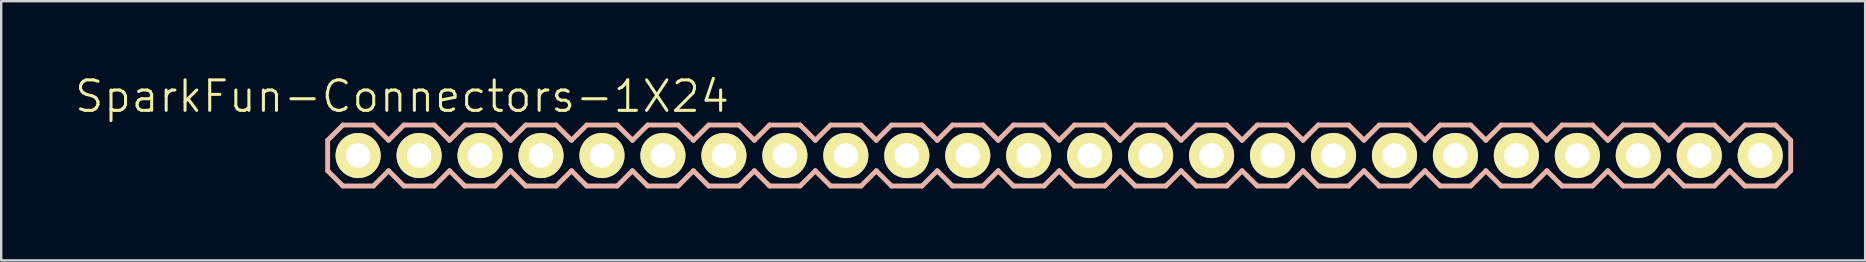
<source format=kicad_pcb>
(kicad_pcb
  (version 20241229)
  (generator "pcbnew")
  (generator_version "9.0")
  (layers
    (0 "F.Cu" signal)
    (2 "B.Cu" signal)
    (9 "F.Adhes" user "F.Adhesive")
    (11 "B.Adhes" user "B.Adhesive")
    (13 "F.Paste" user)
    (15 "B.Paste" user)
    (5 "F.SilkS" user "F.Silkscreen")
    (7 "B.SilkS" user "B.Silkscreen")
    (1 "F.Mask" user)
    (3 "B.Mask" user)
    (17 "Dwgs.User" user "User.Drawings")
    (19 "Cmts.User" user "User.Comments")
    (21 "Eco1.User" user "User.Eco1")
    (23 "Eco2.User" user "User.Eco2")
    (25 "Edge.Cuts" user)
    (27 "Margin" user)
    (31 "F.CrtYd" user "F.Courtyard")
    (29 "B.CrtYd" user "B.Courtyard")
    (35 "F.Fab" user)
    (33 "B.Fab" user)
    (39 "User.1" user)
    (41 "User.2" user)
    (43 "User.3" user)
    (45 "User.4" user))
  (footprint "SparkFun-Connectors-1X24"
    (layer "F.Cu")
    (at 38.542 3.43)
    (property "Reference" "SparkFun-Connectors-1X24" (at -24.841 -2.464 0) (layer "F.SilkS") (effects (font (size 1.27 1.27) (thickness 0.127))))
    (attr exclude_from_pos_files exclude_from_bom)
    (fp_line (start -26.924 -0.254) (end -26.416 -0.254) (stroke (width 0.066) (type solid)) (layer "F.SilkS"))
    (fp_line (start -26.924 0.254) (end -26.924 -0.254) (stroke (width 0.066) (type solid)) (layer "F.SilkS"))
    (fp_line (start -26.924 0.254) (end -26.416 0.254) (stroke (width 0.066) (type solid)) (layer "F.SilkS"))
    (fp_line (start -26.416 0.254) (end -26.416 -0.254) (stroke (width 0.066) (type solid)) (layer "F.SilkS"))
    (fp_line (start -24.384 -0.254) (end -23.876 -0.254) (stroke (width 0.066) (type solid)) (layer "F.SilkS"))
    (fp_line (start -24.384 0.254) (end -24.384 -0.254) (stroke (width 0.066) (type solid)) (layer "F.SilkS"))
    (fp_line (start -24.384 0.254) (end -23.876 0.254) (stroke (width 0.066) (type solid)) (layer "F.SilkS"))
    (fp_line (start -23.876 0.254) (end -23.876 -0.254) (stroke (width 0.066) (type solid)) (layer "F.SilkS"))
    (fp_line (start -21.844 -0.254) (end -21.336 -0.254) (stroke (width 0.066) (type solid)) (layer "F.SilkS"))
    (fp_line (start -21.844 0.254) (end -21.844 -0.254) (stroke (width 0.066) (type solid)) (layer "F.SilkS"))
    (fp_line (start -21.844 0.254) (end -21.336 0.254) (stroke (width 0.066) (type solid)) (layer "F.SilkS"))
    (fp_line (start -21.336 0.254) (end -21.336 -0.254) (stroke (width 0.066) (type solid)) (layer "F.SilkS"))
    (fp_line (start -19.304 -0.254) (end -18.796 -0.254) (stroke (width 0.066) (type solid)) (layer "F.SilkS"))
    (fp_line (start -19.304 0.254) (end -19.304 -0.254) (stroke (width 0.066) (type solid)) (layer "F.SilkS"))
    (fp_line (start -19.304 0.254) (end -18.796 0.254) (stroke (width 0.066) (type solid)) (layer "F.SilkS"))
    (fp_line (start -18.796 0.254) (end -18.796 -0.254) (stroke (width 0.066) (type solid)) (layer "F.SilkS"))
    (fp_line (start -16.764 -0.254) (end -16.256 -0.254) (stroke (width 0.066) (type solid)) (layer "F.SilkS"))
    (fp_line (start -16.764 0.254) (end -16.764 -0.254) (stroke (width 0.066) (type solid)) (layer "F.SilkS"))
    (fp_line (start -16.764 0.254) (end -16.256 0.254) (stroke (width 0.066) (type solid)) (layer "F.SilkS"))
    (fp_line (start -16.256 0.254) (end -16.256 -0.254) (stroke (width 0.066) (type solid)) (layer "F.SilkS"))
    (fp_line (start -14.224 -0.254) (end -13.716 -0.254) (stroke (width 0.066) (type solid)) (layer "F.SilkS"))
    (fp_line (start -14.224 0.254) (end -14.224 -0.254) (stroke (width 0.066) (type solid)) (layer "F.SilkS"))
    (fp_line (start -14.224 0.254) (end -13.716 0.254) (stroke (width 0.066) (type solid)) (layer "F.SilkS"))
    (fp_line (start -13.716 0.254) (end -13.716 -0.254) (stroke (width 0.066) (type solid)) (layer "F.SilkS"))
    (fp_line (start -11.684 -0.254) (end -11.176 -0.254) (stroke (width 0.066) (type solid)) (layer "F.SilkS"))
    (fp_line (start -11.684 0.254) (end -11.684 -0.254) (stroke (width 0.066) (type solid)) (layer "F.SilkS"))
    (fp_line (start -11.684 0.254) (end -11.176 0.254) (stroke (width 0.066) (type solid)) (layer "F.SilkS"))
    (fp_line (start -11.176 0.254) (end -11.176 -0.254) (stroke (width 0.066) (type solid)) (layer "F.SilkS"))
    (fp_line (start -9.144 -0.254) (end -8.636 -0.254) (stroke (width 0.066) (type solid)) (layer "F.SilkS"))
    (fp_line (start -9.144 0.254) (end -9.144 -0.254) (stroke (width 0.066) (type solid)) (layer "F.SilkS"))
    (fp_line (start -9.144 0.254) (end -8.636 0.254) (stroke (width 0.066) (type solid)) (layer "F.SilkS"))
    (fp_line (start -8.636 0.254) (end -8.636 -0.254) (stroke (width 0.066) (type solid)) (layer "F.SilkS"))
    (fp_line (start -6.604 -0.254) (end -6.096 -0.254) (stroke (width 0.066) (type solid)) (layer "F.SilkS"))
    (fp_line (start -6.604 0.254) (end -6.604 -0.254) (stroke (width 0.066) (type solid)) (layer "F.SilkS"))
    (fp_line (start -6.604 0.254) (end -6.096 0.254) (stroke (width 0.066) (type solid)) (layer "F.SilkS"))
    (fp_line (start -6.096 0.254) (end -6.096 -0.254) (stroke (width 0.066) (type solid)) (layer "F.SilkS"))
    (fp_line (start -4.064 -0.254) (end -3.556 -0.254) (stroke (width 0.066) (type solid)) (layer "F.SilkS"))
    (fp_line (start -4.064 0.254) (end -4.064 -0.254) (stroke (width 0.066) (type solid)) (layer "F.SilkS"))
    (fp_line (start -4.064 0.254) (end -3.556 0.254) (stroke (width 0.066) (type solid)) (layer "F.SilkS"))
    (fp_line (start -3.556 0.254) (end -3.556 -0.254) (stroke (width 0.066) (type solid)) (layer "F.SilkS"))
    (fp_line (start -1.524 -0.254) (end -1.016 -0.254) (stroke (width 0.066) (type solid)) (layer "F.SilkS"))
    (fp_line (start -1.524 0.254) (end -1.524 -0.254) (stroke (width 0.066) (type solid)) (layer "F.SilkS"))
    (fp_line (start -1.524 0.254) (end -1.016 0.254) (stroke (width 0.066) (type solid)) (layer "F.SilkS"))
    (fp_line (start -1.016 0.254) (end -1.016 -0.254) (stroke (width 0.066) (type solid)) (layer "F.SilkS"))
    (fp_line (start 1.016 -0.254) (end 1.524 -0.254) (stroke (width 0.066) (type solid)) (layer "F.SilkS"))
    (fp_line (start 1.016 0.254) (end 1.016 -0.254) (stroke (width 0.066) (type solid)) (layer "F.SilkS"))
    (fp_line (start 1.016 0.254) (end 1.524 0.254) (stroke (width 0.066) (type solid)) (layer "F.SilkS"))
    (fp_line (start 1.524 0.254) (end 1.524 -0.254) (stroke (width 0.066) (type solid)) (layer "F.SilkS"))
    (fp_line (start 3.556 -0.254) (end 4.064 -0.254) (stroke (width 0.066) (type solid)) (layer "F.SilkS"))
    (fp_line (start 3.556 0.254) (end 3.556 -0.254) (stroke (width 0.066) (type solid)) (layer "F.SilkS"))
    (fp_line (start 3.556 0.254) (end 4.064 0.254) (stroke (width 0.066) (type solid)) (layer "F.SilkS"))
    (fp_line (start 4.064 0.254) (end 4.064 -0.254) (stroke (width 0.066) (type solid)) (layer "F.SilkS"))
    (fp_line (start 6.096 -0.254) (end 6.604 -0.254) (stroke (width 0.066) (type solid)) (layer "F.SilkS"))
    (fp_line (start 6.096 0.254) (end 6.096 -0.254) (stroke (width 0.066) (type solid)) (layer "F.SilkS"))
    (fp_line (start 6.096 0.254) (end 6.604 0.254) (stroke (width 0.066) (type solid)) (layer "F.SilkS"))
    (fp_line (start 6.604 0.254) (end 6.604 -0.254) (stroke (width 0.066) (type solid)) (layer "F.SilkS"))
    (fp_line (start 8.636 -0.254) (end 9.144 -0.254) (stroke (width 0.066) (type solid)) (layer "F.SilkS"))
    (fp_line (start 8.636 0.254) (end 8.636 -0.254) (stroke (width 0.066) (type solid)) (layer "F.SilkS"))
    (fp_line (start 8.636 0.254) (end 9.144 0.254) (stroke (width 0.066) (type solid)) (layer "F.SilkS"))
    (fp_line (start 9.144 0.254) (end 9.144 -0.254) (stroke (width 0.066) (type solid)) (layer "F.SilkS"))
    (fp_line (start 11.176 -0.254) (end 11.684 -0.254) (stroke (width 0.066) (type solid)) (layer "F.SilkS"))
    (fp_line (start 11.176 0.254) (end 11.176 -0.254) (stroke (width 0.066) (type solid)) (layer "F.SilkS"))
    (fp_line (start 11.176 0.254) (end 11.684 0.254) (stroke (width 0.066) (type solid)) (layer "F.SilkS"))
    (fp_line (start 11.684 0.254) (end 11.684 -0.254) (stroke (width 0.066) (type solid)) (layer "F.SilkS"))
    (fp_line (start 13.716 -0.254) (end 14.224 -0.254) (stroke (width 0.066) (type solid)) (layer "F.SilkS"))
    (fp_line (start 13.716 0.254) (end 13.716 -0.254) (stroke (width 0.066) (type solid)) (layer "F.SilkS"))
    (fp_line (start 13.716 0.254) (end 14.224 0.254) (stroke (width 0.066) (type solid)) (layer "F.SilkS"))
    (fp_line (start 14.224 0.254) (end 14.224 -0.254) (stroke (width 0.066) (type solid)) (layer "F.SilkS"))
    (fp_line (start 16.256 -0.254) (end 16.764 -0.254) (stroke (width 0.066) (type solid)) (layer "F.SilkS"))
    (fp_line (start 16.256 0.254) (end 16.256 -0.254) (stroke (width 0.066) (type solid)) (layer "F.SilkS"))
    (fp_line (start 16.256 0.254) (end 16.764 0.254) (stroke (width 0.066) (type solid)) (layer "F.SilkS"))
    (fp_line (start 16.764 0.254) (end 16.764 -0.254) (stroke (width 0.066) (type solid)) (layer "F.SilkS"))
    (fp_line (start 18.796 -0.254) (end 19.304 -0.254) (stroke (width 0.066) (type solid)) (layer "F.SilkS"))
    (fp_line (start 18.796 0.254) (end 18.796 -0.254) (stroke (width 0.066) (type solid)) (layer "F.SilkS"))
    (fp_line (start 18.796 0.254) (end 19.304 0.254) (stroke (width 0.066) (type solid)) (layer "F.SilkS"))
    (fp_line (start 19.304 0.254) (end 19.304 -0.254) (stroke (width 0.066) (type solid)) (layer "F.SilkS"))
    (fp_line (start 21.336 -0.254) (end 21.844 -0.254) (stroke (width 0.066) (type solid)) (layer "F.SilkS"))
    (fp_line (start 21.336 0.254) (end 21.336 -0.254) (stroke (width 0.066) (type solid)) (layer "F.SilkS"))
    (fp_line (start 21.336 0.254) (end 21.844 0.254) (stroke (width 0.066) (type solid)) (layer "F.SilkS"))
    (fp_line (start 21.844 0.254) (end 21.844 -0.254) (stroke (width 0.066) (type solid)) (layer "F.SilkS"))
    (fp_line (start 23.876 -0.254) (end 24.384 -0.254) (stroke (width 0.066) (type solid)) (layer "F.SilkS"))
    (fp_line (start 23.876 0.254) (end 23.876 -0.254) (stroke (width 0.066) (type solid)) (layer "F.SilkS"))
    (fp_line (start 23.876 0.254) (end 24.384 0.254) (stroke (width 0.066) (type solid)) (layer "F.SilkS"))
    (fp_line (start 24.384 0.254) (end 24.384 -0.254) (stroke (width 0.066) (type solid)) (layer "F.SilkS"))
    (fp_line (start 26.416 -0.254) (end 26.924 -0.254) (stroke (width 0.066) (type solid)) (layer "F.SilkS"))
    (fp_line (start 26.416 0.254) (end 26.416 -0.254) (stroke (width 0.066) (type solid)) (layer "F.SilkS"))
    (fp_line (start 26.416 0.254) (end 26.924 0.254) (stroke (width 0.066) (type solid)) (layer "F.SilkS"))
    (fp_line (start 26.924 0.254) (end 26.924 -0.254) (stroke (width 0.066) (type solid)) (layer "F.SilkS"))
    (fp_line (start 28.953 -0.254) (end 29.464 -0.254) (stroke (width 0.066) (type solid)) (layer "F.SilkS"))
    (fp_line (start 28.953 0.254) (end 28.953 -0.254) (stroke (width 0.066) (type solid)) (layer "F.SilkS"))
    (fp_line (start 28.953 0.254) (end 29.464 0.254) (stroke (width 0.066) (type solid)) (layer "F.SilkS"))
    (fp_line (start 29.464 0.254) (end 29.464 -0.254) (stroke (width 0.066) (type solid)) (layer "F.SilkS"))
    (fp_line (start 31.496 -0.254) (end 32.004 -0.254) (stroke (width 0.066) (type solid)) (layer "F.SilkS"))
    (fp_line (start 31.496 0.254) (end 31.496 -0.254) (stroke (width 0.066) (type solid)) (layer "F.SilkS"))
    (fp_line (start 31.496 0.254) (end 32.004 0.254) (stroke (width 0.066) (type solid)) (layer "F.SilkS"))
    (fp_line (start 32.004 0.254) (end 32.004 -0.254) (stroke (width 0.066) (type solid)) (layer "F.SilkS"))
    (fp_line (start -27.94 -0.635) (end -27.94 0.635) (stroke (width 0.203) (type solid)) (layer "B.SilkS"))
    (fp_line (start -27.94 -0.635) (end -27.305 -1.27) (stroke (width 0.203) (type solid)) (layer "B.SilkS"))
    (fp_line (start -27.305 -1.27) (end -26.035 -1.27) (stroke (width 0.203) (type solid)) (layer "B.SilkS"))
    (fp_line (start -27.305 1.27) (end -27.94 0.635) (stroke (width 0.203) (type solid)) (layer "B.SilkS"))
    (fp_line (start -26.035 -1.27) (end -25.4 -0.635) (stroke (width 0.203) (type solid)) (layer "B.SilkS"))
    (fp_line (start -26.035 1.27) (end -27.305 1.27) (stroke (width 0.203) (type solid)) (layer "B.SilkS"))
    (fp_line (start -25.4 -0.635) (end -24.765 -1.27) (stroke (width 0.203) (type solid)) (layer "B.SilkS"))
    (fp_line (start -25.4 0.635) (end -26.035 1.27) (stroke (width 0.203) (type solid)) (layer "B.SilkS"))
    (fp_line (start -24.765 -1.27) (end -23.495 -1.27) (stroke (width 0.203) (type solid)) (layer "B.SilkS"))
    (fp_line (start -24.765 1.27) (end -25.4 0.635) (stroke (width 0.203) (type solid)) (layer "B.SilkS"))
    (fp_line (start -23.495 -1.27) (end -22.86 -0.635) (stroke (width 0.203) (type solid)) (layer "B.SilkS"))
    (fp_line (start -23.495 1.27) (end -24.765 1.27) (stroke (width 0.203) (type solid)) (layer "B.SilkS"))
    (fp_line (start -22.86 0.635) (end -23.495 1.27) (stroke (width 0.203) (type solid)) (layer "B.SilkS"))
    (fp_line (start -22.86 0.635) (end -22.225 1.27) (stroke (width 0.203) (type solid)) (layer "B.SilkS"))
    (fp_line (start -22.225 -1.27) (end -22.86 -0.635) (stroke (width 0.203) (type solid)) (layer "B.SilkS"))
    (fp_line (start -22.225 -1.27) (end -20.955 -1.27) (stroke (width 0.203) (type solid)) (layer "B.SilkS"))
    (fp_line (start -20.955 -1.27) (end -20.32 -0.635) (stroke (width 0.203) (type solid)) (layer "B.SilkS"))
    (fp_line (start -20.955 1.27) (end -22.225 1.27) (stroke (width 0.203) (type solid)) (layer "B.SilkS"))
    (fp_line (start -20.32 -0.635) (end -19.685 -1.27) (stroke (width 0.203) (type solid)) (layer "B.SilkS"))
    (fp_line (start -20.32 0.635) (end -20.955 1.27) (stroke (width 0.203) (type solid)) (layer "B.SilkS"))
    (fp_line (start -19.685 -1.27) (end -18.415 -1.27) (stroke (width 0.203) (type solid)) (layer "B.SilkS"))
    (fp_line (start -19.685 1.27) (end -20.32 0.635) (stroke (width 0.203) (type solid)) (layer "B.SilkS"))
    (fp_line (start -18.415 -1.27) (end -17.78 -0.635) (stroke (width 0.203) (type solid)) (layer "B.SilkS"))
    (fp_line (start -18.415 1.27) (end -19.685 1.27) (stroke (width 0.203) (type solid)) (layer "B.SilkS"))
    (fp_line (start -17.78 -0.635) (end -17.145 -1.27) (stroke (width 0.203) (type solid)) (layer "B.SilkS"))
    (fp_line (start -17.78 0.635) (end -18.415 1.27) (stroke (width 0.203) (type solid)) (layer "B.SilkS"))
    (fp_line (start -17.145 -1.27) (end -15.875 -1.27) (stroke (width 0.203) (type solid)) (layer "B.SilkS"))
    (fp_line (start -17.145 1.27) (end -17.78 0.635) (stroke (width 0.203) (type solid)) (layer "B.SilkS"))
    (fp_line (start -15.875 -1.27) (end -15.24 -0.635) (stroke (width 0.203) (type solid)) (layer "B.SilkS"))
    (fp_line (start -15.875 1.27) (end -17.145 1.27) (stroke (width 0.203) (type solid)) (layer "B.SilkS"))
    (fp_line (start -15.24 0.635) (end -15.875 1.27) (stroke (width 0.203) (type solid)) (layer "B.SilkS"))
    (fp_line (start -15.24 0.635) (end -14.605 1.27) (stroke (width 0.203) (type solid)) (layer "B.SilkS"))
    (fp_line (start -14.605 -1.27) (end -15.24 -0.635) (stroke (width 0.203) (type solid)) (layer "B.SilkS"))
    (fp_line (start -14.605 -1.27) (end -13.335 -1.27) (stroke (width 0.203) (type solid)) (layer "B.SilkS"))
    (fp_line (start -13.335 -1.27) (end -12.7 -0.635) (stroke (width 0.203) (type solid)) (layer "B.SilkS"))
    (fp_line (start -13.335 1.27) (end -14.605 1.27) (stroke (width 0.203) (type solid)) (layer "B.SilkS"))
    (fp_line (start -12.7 0.635) (end -13.335 1.27) (stroke (width 0.203) (type solid)) (layer "B.SilkS"))
    (fp_line (start -12.7 0.635) (end -12.065 1.27) (stroke (width 0.203) (type solid)) (layer "B.SilkS"))
    (fp_line (start -12.065 -1.27) (end -12.7 -0.635) (stroke (width 0.203) (type solid)) (layer "B.SilkS"))
    (fp_line (start -12.065 -1.27) (end -10.795 -1.27) (stroke (width 0.203) (type solid)) (layer "B.SilkS"))
    (fp_line (start -10.795 -1.27) (end -10.16 -0.635) (stroke (width 0.203) (type solid)) (layer "B.SilkS"))
    (fp_line (start -10.795 1.27) (end -12.065 1.27) (stroke (width 0.203) (type solid)) (layer "B.SilkS"))
    (fp_line (start -10.16 -0.635) (end -9.525 -1.27) (stroke (width 0.203) (type solid)) (layer "B.SilkS"))
    (fp_line (start -10.16 0.635) (end -10.795 1.27) (stroke (width 0.203) (type solid)) (layer "B.SilkS"))
    (fp_line (start -9.525 -1.27) (end -8.255 -1.27) (stroke (width 0.203) (type solid)) (layer "B.SilkS"))
    (fp_line (start -9.525 1.27) (end -10.16 0.635) (stroke (width 0.203) (type solid)) (layer "B.SilkS"))
    (fp_line (start -8.255 -1.27) (end -7.62 -0.635) (stroke (width 0.203) (type solid)) (layer "B.SilkS"))
    (fp_line (start -8.255 1.27) (end -9.525 1.27) (stroke (width 0.203) (type solid)) (layer "B.SilkS"))
    (fp_line (start -7.62 -0.635) (end -6.985 -1.27) (stroke (width 0.203) (type solid)) (layer "B.SilkS"))
    (fp_line (start -7.62 0.635) (end -8.255 1.27) (stroke (width 0.203) (type solid)) (layer "B.SilkS"))
    (fp_line (start -6.985 -1.27) (end -5.715 -1.27) (stroke (width 0.203) (type solid)) (layer "B.SilkS"))
    (fp_line (start -6.985 1.27) (end -7.62 0.635) (stroke (width 0.203) (type solid)) (layer "B.SilkS"))
    (fp_line (start -5.715 -1.27) (end -5.08 -0.635) (stroke (width 0.203) (type solid)) (layer "B.SilkS"))
    (fp_line (start -5.715 1.27) (end -6.985 1.27) (stroke (width 0.203) (type solid)) (layer "B.SilkS"))
    (fp_line (start -5.08 0.635) (end -5.715 1.27) (stroke (width 0.203) (type solid)) (layer "B.SilkS"))
    (fp_line (start -5.08 0.635) (end -4.445 1.27) (stroke (width 0.203) (type solid)) (layer "B.SilkS"))
    (fp_line (start -4.445 -1.27) (end -5.08 -0.635) (stroke (width 0.203) (type solid)) (layer "B.SilkS"))
    (fp_line (start -4.445 -1.27) (end -3.175 -1.27) (stroke (width 0.203) (type solid)) (layer "B.SilkS"))
    (fp_line (start -3.175 -1.27) (end -2.54 -0.635) (stroke (width 0.203) (type solid)) (layer "B.SilkS"))
    (fp_line (start -3.175 1.27) (end -4.445 1.27) (stroke (width 0.203) (type solid)) (layer "B.SilkS"))
    (fp_line (start -2.54 -0.635) (end -1.905 -1.27) (stroke (width 0.203) (type solid)) (layer "B.SilkS"))
    (fp_line (start -2.54 0.635) (end -3.175 1.27) (stroke (width 0.203) (type solid)) (layer "B.SilkS"))
    (fp_line (start -1.905 -1.27) (end -0.635 -1.27) (stroke (width 0.203) (type solid)) (layer "B.SilkS"))
    (fp_line (start -1.905 1.27) (end -2.54 0.635) (stroke (width 0.203) (type solid)) (layer "B.SilkS"))
    (fp_line (start -0.635 -1.27) (end 0 -0.635) (stroke (width 0.203) (type solid)) (layer "B.SilkS"))
    (fp_line (start -0.635 1.27) (end -1.905 1.27) (stroke (width 0.203) (type solid)) (layer "B.SilkS"))
    (fp_line (start 0 -0.635) (end 0.635 -1.27) (stroke (width 0.203) (type solid)) (layer "B.SilkS"))
    (fp_line (start 0 0.635) (end -0.635 1.27) (stroke (width 0.203) (type solid)) (layer "B.SilkS"))
    (fp_line (start 0.635 -1.27) (end 1.905 -1.27) (stroke (width 0.203) (type solid)) (layer "B.SilkS"))
    (fp_line (start 0.635 1.27) (end 0 0.635) (stroke (width 0.203) (type solid)) (layer "B.SilkS"))
    (fp_line (start 1.905 -1.27) (end 2.54 -0.635) (stroke (width 0.203) (type solid)) (layer "B.SilkS"))
    (fp_line (start 1.905 1.27) (end 0.635 1.27) (stroke (width 0.203) (type solid)) (layer "B.SilkS"))
    (fp_line (start 2.54 0.635) (end 1.905 1.27) (stroke (width 0.203) (type solid)) (layer "B.SilkS"))
    (fp_line (start 2.54 0.635) (end 3.175 1.27) (stroke (width 0.203) (type solid)) (layer "B.SilkS"))
    (fp_line (start 3.175 -1.27) (end 2.54 -0.635) (stroke (width 0.203) (type solid)) (layer "B.SilkS"))
    (fp_line (start 3.175 -1.27) (end 4.445 -1.27) (stroke (width 0.203) (type solid)) (layer "B.SilkS"))
    (fp_line (start 4.445 -1.27) (end 5.08 -0.635) (stroke (width 0.203) (type solid)) (layer "B.SilkS"))
    (fp_line (start 4.445 1.27) (end 3.175 1.27) (stroke (width 0.203) (type solid)) (layer "B.SilkS"))
    (fp_line (start 5.08 0.635) (end 4.445 1.27) (stroke (width 0.203) (type solid)) (layer "B.SilkS"))
    (fp_line (start 5.08 0.635) (end 5.715 1.27) (stroke (width 0.203) (type solid)) (layer "B.SilkS"))
    (fp_line (start 5.715 -1.27) (end 5.08 -0.635) (stroke (width 0.203) (type solid)) (layer "B.SilkS"))
    (fp_line (start 5.715 -1.27) (end 6.985 -1.27) (stroke (width 0.203) (type solid)) (layer "B.SilkS"))
    (fp_line (start 6.985 -1.27) (end 7.62 -0.635) (stroke (width 0.203) (type solid)) (layer "B.SilkS"))
    (fp_line (start 6.985 1.27) (end 5.715 1.27) (stroke (width 0.203) (type solid)) (layer "B.SilkS"))
    (fp_line (start 7.62 0.635) (end 6.985 1.27) (stroke (width 0.203) (type solid)) (layer "B.SilkS"))
    (fp_line (start 7.62 0.635) (end 8.255 1.27) (stroke (width 0.203) (type solid)) (layer "B.SilkS"))
    (fp_line (start 8.255 -1.27) (end 7.62 -0.635) (stroke (width 0.203) (type solid)) (layer "B.SilkS"))
    (fp_line (start 8.255 -1.27) (end 9.525 -1.27) (stroke (width 0.203) (type solid)) (layer "B.SilkS"))
    (fp_line (start 9.525 -1.27) (end 10.16 -0.635) (stroke (width 0.203) (type solid)) (layer "B.SilkS"))
    (fp_line (start 9.525 1.27) (end 8.255 1.27) (stroke (width 0.203) (type solid)) (layer "B.SilkS"))
    (fp_line (start 10.16 0.635) (end 9.525 1.27) (stroke (width 0.203) (type solid)) (layer "B.SilkS"))
    (fp_line (start 10.16 0.635) (end 10.795 1.27) (stroke (width 0.203) (type solid)) (layer "B.SilkS"))
    (fp_line (start 10.795 -1.27) (end 10.16 -0.635) (stroke (width 0.203) (type solid)) (layer "B.SilkS"))
    (fp_line (start 10.795 -1.27) (end 12.065 -1.27) (stroke (width 0.203) (type solid)) (layer "B.SilkS"))
    (fp_line (start 12.065 -1.27) (end 12.7 -0.635) (stroke (width 0.203) (type solid)) (layer "B.SilkS"))
    (fp_line (start 12.065 1.27) (end 10.795 1.27) (stroke (width 0.203) (type solid)) (layer "B.SilkS"))
    (fp_line (start 12.7 0.635) (end 12.065 1.27) (stroke (width 0.203) (type solid)) (layer "B.SilkS"))
    (fp_line (start 12.7 0.635) (end 13.335 1.27) (stroke (width 0.203) (type solid)) (layer "B.SilkS"))
    (fp_line (start 13.335 -1.27) (end 12.7 -0.635) (stroke (width 0.203) (type solid)) (layer "B.SilkS"))
    (fp_line (start 13.335 -1.27) (end 14.605 -1.27) (stroke (width 0.203) (type solid)) (layer "B.SilkS"))
    (fp_line (start 14.605 -1.27) (end 15.24 -0.635) (stroke (width 0.203) (type solid)) (layer "B.SilkS"))
    (fp_line (start 14.605 1.27) (end 13.335 1.27) (stroke (width 0.203) (type solid)) (layer "B.SilkS"))
    (fp_line (start 15.24 0.635) (end 14.605 1.27) (stroke (width 0.203) (type solid)) (layer "B.SilkS"))
    (fp_line (start 15.24 0.635) (end 15.875 1.27) (stroke (width 0.203) (type solid)) (layer "B.SilkS"))
    (fp_line (start 15.875 -1.27) (end 15.24 -0.635) (stroke (width 0.203) (type solid)) (layer "B.SilkS"))
    (fp_line (start 15.875 -1.27) (end 17.145 -1.27) (stroke (width 0.203) (type solid)) (layer "B.SilkS"))
    (fp_line (start 17.145 -1.27) (end 17.78 -0.635) (stroke (width 0.203) (type solid)) (layer "B.SilkS"))
    (fp_line (start 17.145 1.27) (end 15.875 1.27) (stroke (width 0.203) (type solid)) (layer "B.SilkS"))
    (fp_line (start 17.78 0.635) (end 17.145 1.27) (stroke (width 0.203) (type solid)) (layer "B.SilkS"))
    (fp_line (start 17.78 0.635) (end 18.415 1.27) (stroke (width 0.203) (type solid)) (layer "B.SilkS"))
    (fp_line (start 18.415 -1.27) (end 17.78 -0.635) (stroke (width 0.203) (type solid)) (layer "B.SilkS"))
    (fp_line (start 18.415 -1.27) (end 19.685 -1.27) (stroke (width 0.203) (type solid)) (layer "B.SilkS"))
    (fp_line (start 19.685 -1.27) (end 20.32 -0.635) (stroke (width 0.203) (type solid)) (layer "B.SilkS"))
    (fp_line (start 19.685 1.27) (end 18.415 1.27) (stroke (width 0.203) (type solid)) (layer "B.SilkS"))
    (fp_line (start 20.32 0.635) (end 19.685 1.27) (stroke (width 0.203) (type solid)) (layer "B.SilkS"))
    (fp_line (start 20.32 0.635) (end 20.955 1.27) (stroke (width 0.203) (type solid)) (layer "B.SilkS"))
    (fp_line (start 20.955 -1.27) (end 20.32 -0.635) (stroke (width 0.203) (type solid)) (layer "B.SilkS"))
    (fp_line (start 20.955 -1.27) (end 22.225 -1.27) (stroke (width 0.203) (type solid)) (layer "B.SilkS"))
    (fp_line (start 22.225 -1.27) (end 22.86 -0.635) (stroke (width 0.203) (type solid)) (layer "B.SilkS"))
    (fp_line (start 22.225 1.27) (end 20.955 1.27) (stroke (width 0.203) (type solid)) (layer "B.SilkS"))
    (fp_line (start 22.86 0.635) (end 22.225 1.27) (stroke (width 0.203) (type solid)) (layer "B.SilkS"))
    (fp_line (start 22.86 0.635) (end 23.495 1.27) (stroke (width 0.203) (type solid)) (layer "B.SilkS"))
    (fp_line (start 23.495 -1.27) (end 22.86 -0.635) (stroke (width 0.203) (type solid)) (layer "B.SilkS"))
    (fp_line (start 23.495 -1.27) (end 24.765 -1.27) (stroke (width 0.203) (type solid)) (layer "B.SilkS"))
    (fp_line (start 24.765 -1.27) (end 25.4 -0.635) (stroke (width 0.203) (type solid)) (layer "B.SilkS"))
    (fp_line (start 24.765 1.27) (end 23.495 1.27) (stroke (width 0.203) (type solid)) (layer "B.SilkS"))
    (fp_line (start 25.4 0.635) (end 24.765 1.27) (stroke (width 0.203) (type solid)) (layer "B.SilkS"))
    (fp_line (start 25.4 0.635) (end 26.035 1.27) (stroke (width 0.203) (type solid)) (layer "B.SilkS"))
    (fp_line (start 26.035 -1.27) (end 25.4 -0.635) (stroke (width 0.203) (type solid)) (layer "B.SilkS"))
    (fp_line (start 26.035 -1.27) (end 27.305 -1.27) (stroke (width 0.203) (type solid)) (layer "B.SilkS"))
    (fp_line (start 27.305 -1.27) (end 27.94 -0.635) (stroke (width 0.203) (type solid)) (layer "B.SilkS"))
    (fp_line (start 27.305 1.27) (end 26.035 1.27) (stroke (width 0.203) (type solid)) (layer "B.SilkS"))
    (fp_line (start 27.94 0.635) (end 27.305 1.27) (stroke (width 0.203) (type solid)) (layer "B.SilkS"))
    (fp_line (start 27.94 0.635) (end 28.575 1.27) (stroke (width 0.203) (type solid)) (layer "B.SilkS"))
    (fp_line (start 28.575 -1.27) (end 27.94 -0.635) (stroke (width 0.203) (type solid)) (layer "B.SilkS"))
    (fp_line (start 28.575 -1.27) (end 29.845 -1.27) (stroke (width 0.203) (type solid)) (layer "B.SilkS"))
    (fp_line (start 29.845 -1.27) (end 30.48 -0.635) (stroke (width 0.203) (type solid)) (layer "B.SilkS"))
    (fp_line (start 29.845 1.27) (end 28.575 1.27) (stroke (width 0.203) (type solid)) (layer "B.SilkS"))
    (fp_line (start 30.48 0.635) (end 29.845 1.27) (stroke (width 0.203) (type solid)) (layer "B.SilkS"))
    (fp_line (start 30.48 0.635) (end 31.115 1.27) (stroke (width 0.203) (type solid)) (layer "B.SilkS"))
    (fp_line (start 31.115 -1.27) (end 30.48 -0.635) (stroke (width 0.203) (type solid)) (layer "B.SilkS"))
    (fp_line (start 31.115 -1.27) (end 32.385 -1.27) (stroke (width 0.203) (type solid)) (layer "B.SilkS"))
    (fp_line (start 32.385 -1.27) (end 33.02 -0.635) (stroke (width 0.203) (type solid)) (layer "B.SilkS"))
    (fp_line (start 32.385 1.27) (end 31.115 1.27) (stroke (width 0.203) (type solid)) (layer "B.SilkS"))
    (fp_line (start 33.02 -0.635) (end 33.02 0.635) (stroke (width 0.203) (type solid)) (layer "B.SilkS"))
    (fp_line (start 33.02 0.635) (end 32.385 1.27) (stroke (width 0.203) (type solid)) (layer "B.SilkS"))
    (pad "2" thru_hole circle (at -26.67 0) (size 1.88 1.88) (drill 1.016) (layers "*.Cu" "F.Mask" "F.SilkS" "F.Paste"))
    (pad "3" thru_hole circle (at -24.13 0) (size 1.88 1.88) (drill 1.016) (layers "*.Cu" "F.Mask" "F.SilkS" "F.Paste"))
    (pad "4" thru_hole circle (at -21.59 0) (size 1.88 1.88) (drill 1.016) (layers "*.Cu" "F.Mask" "F.SilkS" "F.Paste"))
    (pad "5" thru_hole circle (at -19.05 0) (size 1.88 1.88) (drill 1.016) (layers "*.Cu" "F.Mask" "F.SilkS" "F.Paste"))
    (pad "6" thru_hole circle (at -16.51 0) (size 1.88 1.88) (drill 1.016) (layers "*.Cu" "F.Mask" "F.SilkS" "F.Paste"))
    (pad "7" thru_hole circle (at -13.97 0) (size 1.88 1.88) (drill 1.016) (layers "*.Cu" "F.Mask" "F.SilkS" "F.Paste"))
    (pad "8" thru_hole circle (at -11.43 0) (size 1.88 1.88) (drill 1.016) (layers "*.Cu" "F.Mask" "F.SilkS" "F.Paste"))
    (pad "9" thru_hole circle (at -8.89 0) (size 1.88 1.88) (drill 1.016) (layers "*.Cu" "F.Mask" "F.SilkS" "F.Paste"))
    (pad "10" thru_hole circle (at -6.35 0) (size 1.88 1.88) (drill 1.016) (layers "*.Cu" "F.Mask" "F.SilkS" "F.Paste"))
    (pad "11" thru_hole circle (at -3.81 0) (size 1.88 1.88) (drill 1.016) (layers "*.Cu" "F.Mask" "F.SilkS" "F.Paste"))
    (pad "12" thru_hole circle (at -1.27 0) (size 1.88 1.88) (drill 1.016) (layers "*.Cu" "F.Mask" "F.SilkS" "F.Paste"))
    (pad "13" thru_hole circle (at 1.27 0) (size 1.88 1.88) (drill 1.016) (layers "*.Cu" "F.Mask" "F.SilkS" "F.Paste"))
    (pad "14" thru_hole circle (at 3.81 0) (size 1.88 1.88) (drill 1.016) (layers "*.Cu" "F.Mask" "F.SilkS" "F.Paste"))
    (pad "15" thru_hole circle (at 6.35 0) (size 1.88 1.88) (drill 1.016) (layers "*.Cu" "F.Mask" "F.SilkS" "F.Paste"))
    (pad "16" thru_hole circle (at 8.89 0) (size 1.88 1.88) (drill 1.016) (layers "*.Cu" "F.Mask" "F.SilkS" "F.Paste"))
    (pad "17" thru_hole circle (at 11.43 0) (size 1.88 1.88) (drill 1.016) (layers "*.Cu" "F.Mask" "F.SilkS" "F.Paste"))
    (pad "18" thru_hole circle (at 13.97 0) (size 1.88 1.88) (drill 1.016) (layers "*.Cu" "F.Mask" "F.SilkS" "F.Paste"))
    (pad "19" thru_hole circle (at 16.51 0) (size 1.88 1.88) (drill 1.016) (layers "*.Cu" "F.Mask" "F.SilkS" "F.Paste"))
    (pad "20" thru_hole circle (at 19.05 0) (size 1.88 1.88) (drill 1.016) (layers "*.Cu" "F.Mask" "F.SilkS" "F.Paste"))
    (pad "21" thru_hole circle (at 21.59 0) (size 1.88 1.88) (drill 1.016) (layers "*.Cu" "F.Mask" "F.SilkS" "F.Paste"))
    (pad "22" thru_hole circle (at 24.13 0) (size 1.88 1.88) (drill 1.016) (layers "*.Cu" "F.Mask" "F.SilkS" "F.Paste"))
    (pad "23" thru_hole circle (at 26.67 0) (size 1.88 1.88) (drill 1.016) (layers "*.Cu" "F.Mask" "F.SilkS" "F.Paste"))
    (pad "24" thru_hole circle (at 29.21 0) (size 1.88 1.88) (drill 1.016) (layers "*.Cu" "F.Mask" "F.SilkS" "F.Paste"))
    (pad "25" thru_hole circle (at 31.75 0) (size 1.88 1.88) (drill 1.016) (layers "*.Cu" "F.Mask" "F.SilkS" "F.Paste")))
  (gr_rect
    (start -3 -3)
    (end 74.664 7.801)
    (stroke (width 0.1) (type default))
    (fill no)
    (layer "Edge.Cuts")))
</source>
